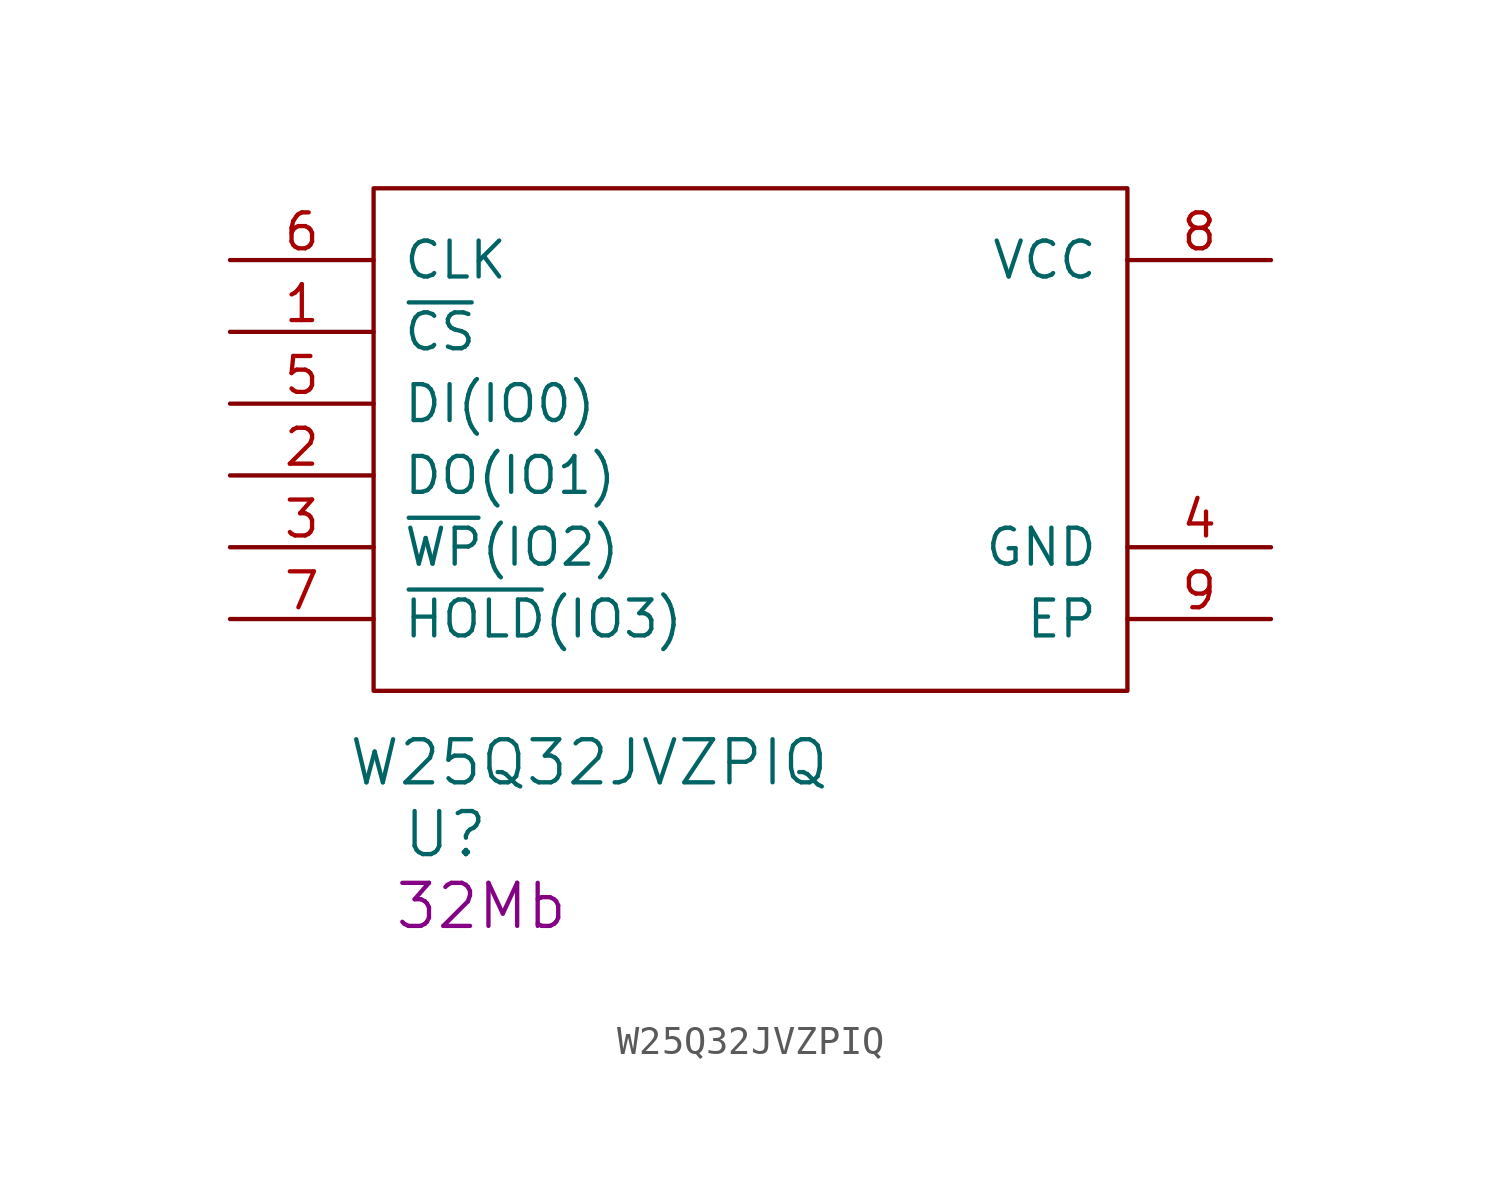
<source format=kicad_sym>
(kicad_symbol_lib
  (version 20220914)
  (generator kicad_symbol_editor)
  (symbol "W25Q32JVZPIQ"
    (pin_names
      (offset 1.016))
    (property "Reference" "U"
      (at 2.54 -5.08 0)
      (effects (font (size 1.524 1.524))))
    (property "Value" "W25Q32JVZPIQ"
      (at 7.62 -2.54 0)
      (effects (font (size 1.524 1.524))))
    (property "Value2" "32Mb"
      (at 3.81 -7.62 0)
      (effects (font (size 1.524 1.524))))
    (symbol "W25Q32JVZPIQ_0_1"
      (rectangle (start 0 17.78) (end 26.67 0) (stroke (width 0) (type solid)) (fill (type none))))
    (symbol "W25Q32JVZPIQ_1_1"
      (pin input line (at -5.08 12.7 0) (length 5.08) (name "~{CS}" (effects (font (size 1.27 1.27)))) (number "1" (effects (font (size 1.27 1.27)))))
      (pin output line (at -5.08 7.62 0) (length 5.08) (name "DO(IO1)" (effects (font (size 1.27 1.27)))) (number "2" (effects (font (size 1.27 1.27)))))
      (pin bidirectional line (at -5.08 5.08 0) (length 5.08) (name "~{WP}(IO2)" (effects (font (size 1.27 1.27)))) (number "3" (effects (font (size 1.27 1.27)))))
      (pin power_in line (at 31.75 5.08 180) (length 5.08) (name "GND" (effects (font (size 1.27 1.27)))) (number "4" (effects (font (size 1.27 1.27)))))
      (pin input line (at -5.08 10.16 0) (length 5.08) (name "DI(IO0)" (effects (font (size 1.27 1.27)))) (number "5" (effects (font (size 1.27 1.27)))))
      (pin input line (at -5.08 15.24 0) (length 5.08) (name "CLK" (effects (font (size 1.27 1.27)))) (number "6" (effects (font (size 1.27 1.27)))))
      (pin bidirectional line (at -5.08 2.54 0) (length 5.08) (name "~{HOLD}(IO3)" (effects (font (size 1.27 1.27)))) (number "7" (effects (font (size 1.27 1.27)))))
      (pin power_in line (at 31.75 15.24 180) (length 5.08) (name "VCC" (effects (font (size 1.27 1.27)))) (number "8" (effects (font (size 1.27 1.27)))))
      (pin passive line (at 31.75 2.54 180) (length 5.08) (name "EP" (effects (font (size 1.27 1.27)))) (number "9" (effects (font (size 1.27 1.27))))))))
</source>
